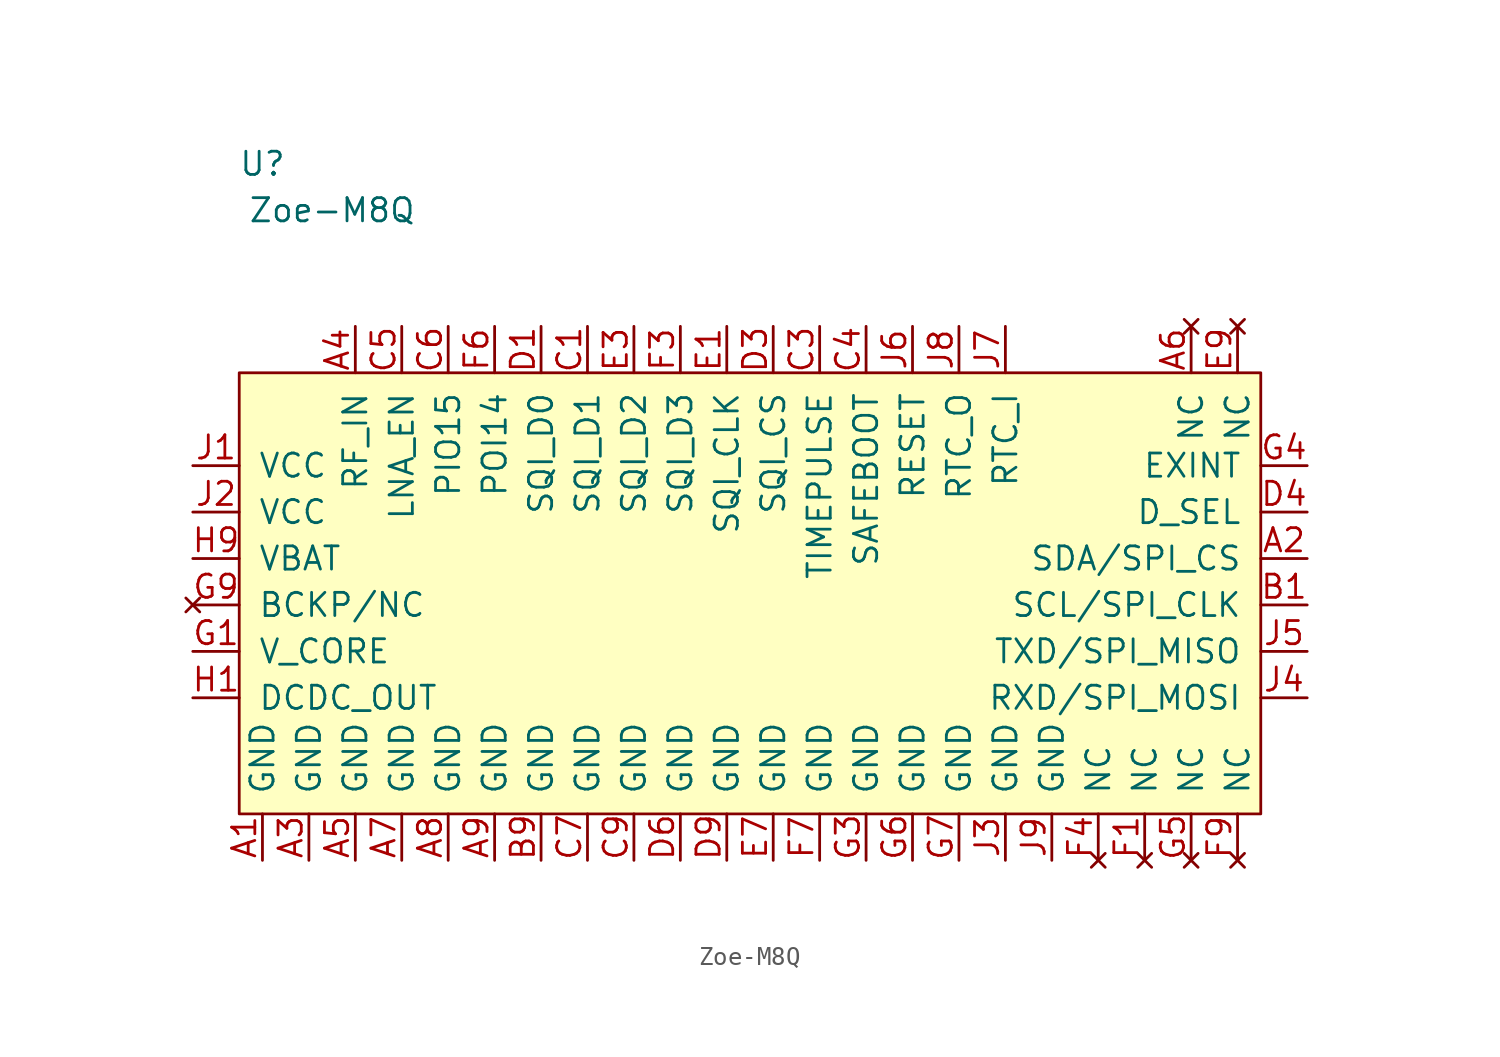
<source format=kicad_sym>
(kicad_symbol_lib
  (version 20211014)
  (generator kicad_symbol_editor)
  (symbol "Zoe-M8Q"
    (pin_names
      (offset 1.016))
    (property "Reference" "U"
      (at 1.27 35.56 0)
      (effects (font (size 1.27 1.27))))
    (property "Value" "Zoe-M8Q"
      (at 5.08 33.02 0)
      (effects (font (size 1.27 1.27))))
    (symbol "Zoe-M8Q_0_1"
      (rectangle (start 0 0) (end 55.88 24.13) (stroke (width 0) (type default) (color 0 0 0 0)) (fill (type background))))
    (symbol "Zoe-M8Q_1_1"
      (pin input line (at 1.27 -2.54 90) (length 2.54) (name "GND" (effects (font (size 1.27 1.27)))) (number "A1" (effects (font (size 1.27 1.27)))))
      (pin input line (at 58.42 13.97 180) (length 2.54) (name "SDA/SPI_CS" (effects (font (size 1.27 1.27)))) (number "A2" (effects (font (size 1.27 1.27)))))
      (pin input line (at 3.81 -2.54 90) (length 2.54) (name "GND" (effects (font (size 1.27 1.27)))) (number "A3" (effects (font (size 1.27 1.27)))))
      (pin input line (at 6.35 26.67 270) (length 2.54) (name "RF_IN" (effects (font (size 1.27 1.27)))) (number "A4" (effects (font (size 1.27 1.27)))))
      (pin input line (at 6.35 -2.54 90) (length 2.54) (name "GND" (effects (font (size 1.27 1.27)))) (number "A5" (effects (font (size 1.27 1.27)))))
      (pin no_connect line (at 52.07 26.67 270) (length 2.54) (name "NC" (effects (font (size 1.27 1.27)))) (number "A6" (effects (font (size 1.27 1.27)))))
      (pin input line (at 8.89 -2.54 90) (length 2.54) (name "GND" (effects (font (size 1.27 1.27)))) (number "A7" (effects (font (size 1.27 1.27)))))
      (pin input line (at 11.43 -2.54 90) (length 2.54) (name "GND" (effects (font (size 1.27 1.27)))) (number "A8" (effects (font (size 1.27 1.27)))))
      (pin input line (at 13.97 -2.54 90) (length 2.54) (name "GND" (effects (font (size 1.27 1.27)))) (number "A9" (effects (font (size 1.27 1.27)))))
      (pin input line (at 58.42 11.43 180) (length 2.54) (name "SCL/SPI_CLK" (effects (font (size 1.27 1.27)))) (number "B1" (effects (font (size 1.27 1.27)))))
      (pin input line (at 16.51 -2.54 90) (length 2.54) (name "GND" (effects (font (size 1.27 1.27)))) (number "B9" (effects (font (size 1.27 1.27)))))
      (pin input line (at 19.05 26.67 270) (length 2.54) (name "SQI_D1" (effects (font (size 1.27 1.27)))) (number "C1" (effects (font (size 1.27 1.27)))))
      (pin input line (at 31.75 26.67 270) (length 2.54) (name "TIMEPULSE" (effects (font (size 1.27 1.27)))) (number "C3" (effects (font (size 1.27 1.27)))))
      (pin input line (at 34.29 26.67 270) (length 2.54) (name "SAFEBOOT" (effects (font (size 1.27 1.27)))) (number "C4" (effects (font (size 1.27 1.27)))))
      (pin input line (at 8.89 26.67 270) (length 2.54) (name "LNA_EN" (effects (font (size 1.27 1.27)))) (number "C5" (effects (font (size 1.27 1.27)))))
      (pin input line (at 11.43 26.67 270) (length 2.54) (name "PIO15" (effects (font (size 1.27 1.27)))) (number "C6" (effects (font (size 1.27 1.27)))))
      (pin input line (at 19.05 -2.54 90) (length 2.54) (name "GND" (effects (font (size 1.27 1.27)))) (number "C7" (effects (font (size 1.27 1.27)))))
      (pin input line (at 21.59 -2.54 90) (length 2.54) (name "GND" (effects (font (size 1.27 1.27)))) (number "C9" (effects (font (size 1.27 1.27)))))
      (pin input line (at 16.51 26.67 270) (length 2.54) (name "SQI_D0" (effects (font (size 1.27 1.27)))) (number "D1" (effects (font (size 1.27 1.27)))))
      (pin input line (at 29.21 26.67 270) (length 2.54) (name "SQI_CS" (effects (font (size 1.27 1.27)))) (number "D3" (effects (font (size 1.27 1.27)))))
      (pin input line (at 58.42 16.51 180) (length 2.54) (name "D_SEL" (effects (font (size 1.27 1.27)))) (number "D4" (effects (font (size 1.27 1.27)))))
      (pin input line (at 24.13 -2.54 90) (length 2.54) (name "GND" (effects (font (size 1.27 1.27)))) (number "D6" (effects (font (size 1.27 1.27)))))
      (pin input line (at 26.67 -2.54 90) (length 2.54) (name "GND" (effects (font (size 1.27 1.27)))) (number "D9" (effects (font (size 1.27 1.27)))))
      (pin input line (at 26.67 26.67 270) (length 2.54) (name "SQI_CLK" (effects (font (size 1.27 1.27)))) (number "E1" (effects (font (size 1.27 1.27)))))
      (pin input line (at 21.59 26.67 270) (length 2.54) (name "SQI_D2" (effects (font (size 1.27 1.27)))) (number "E3" (effects (font (size 1.27 1.27)))))
      (pin input line (at 29.21 -2.54 90) (length 2.54) (name "GND" (effects (font (size 1.27 1.27)))) (number "E7" (effects (font (size 1.27 1.27)))))
      (pin no_connect line (at 54.61 26.67 270) (length 2.54) (name "NC" (effects (font (size 1.27 1.27)))) (number "E9" (effects (font (size 1.27 1.27)))))
      (pin no_connect line (at 49.53 -2.54 90) (length 2.54) (name "NC" (effects (font (size 1.27 1.27)))) (number "F1" (effects (font (size 1.27 1.27)))))
      (pin input line (at 24.13 26.67 270) (length 2.54) (name "SQI_D3" (effects (font (size 1.27 1.27)))) (number "F3" (effects (font (size 1.27 1.27)))))
      (pin no_connect line (at 46.99 -2.54 90) (length 2.54) (name "NC" (effects (font (size 1.27 1.27)))) (number "F4" (effects (font (size 1.27 1.27)))))
      (pin input line (at 13.97 26.67 270) (length 2.54) (name "POI14" (effects (font (size 1.27 1.27)))) (number "F6" (effects (font (size 1.27 1.27)))))
      (pin input line (at 31.75 -2.54 90) (length 2.54) (name "GND" (effects (font (size 1.27 1.27)))) (number "F7" (effects (font (size 1.27 1.27)))))
      (pin no_connect line (at 54.61 -2.54 90) (length 2.54) (name "NC" (effects (font (size 1.27 1.27)))) (number "F9" (effects (font (size 1.27 1.27)))))
      (pin input line (at -2.54 8.89 0) (length 2.54) (name "V_CORE" (effects (font (size 1.27 1.27)))) (number "G1" (effects (font (size 1.27 1.27)))))
      (pin input line (at 34.29 -2.54 90) (length 2.54) (name "GND" (effects (font (size 1.27 1.27)))) (number "G3" (effects (font (size 1.27 1.27)))))
      (pin input line (at 58.42 19.05 180) (length 2.54) (name "EXINT" (effects (font (size 1.27 1.27)))) (number "G4" (effects (font (size 1.27 1.27)))))
      (pin no_connect line (at 52.07 -2.54 90) (length 2.54) (name "NC" (effects (font (size 1.27 1.27)))) (number "G5" (effects (font (size 1.27 1.27)))))
      (pin input line (at 36.83 -2.54 90) (length 2.54) (name "GND" (effects (font (size 1.27 1.27)))) (number "G6" (effects (font (size 1.27 1.27)))))
      (pin input line (at 39.37 -2.54 90) (length 2.54) (name "GND" (effects (font (size 1.27 1.27)))) (number "G7" (effects (font (size 1.27 1.27)))))
      (pin no_connect line (at -2.54 11.43 0) (length 2.54) (name "BCKP/NC" (effects (font (size 1.27 1.27)))) (number "G9" (effects (font (size 1.27 1.27)))))
      (pin input line (at -2.54 6.35 0) (length 2.54) (name "DCDC_OUT" (effects (font (size 1.27 1.27)))) (number "H1" (effects (font (size 1.27 1.27)))))
      (pin input line (at -2.54 13.97 0) (length 2.54) (name "VBAT" (effects (font (size 1.27 1.27)))) (number "H9" (effects (font (size 1.27 1.27)))))
      (pin input line (at -2.54 19.05 0) (length 2.54) (name "VCC" (effects (font (size 1.27 1.27)))) (number "J1" (effects (font (size 1.27 1.27)))))
      (pin input line (at -2.54 16.51 0) (length 2.54) (name "VCC" (effects (font (size 1.27 1.27)))) (number "J2" (effects (font (size 1.27 1.27)))))
      (pin input line (at 41.91 -2.54 90) (length 2.54) (name "GND" (effects (font (size 1.27 1.27)))) (number "J3" (effects (font (size 1.27 1.27)))))
      (pin input line (at 58.42 6.35 180) (length 2.54) (name "RXD/SPI_MOSI" (effects (font (size 1.27 1.27)))) (number "J4" (effects (font (size 1.27 1.27)))))
      (pin input line (at 58.42 8.89 180) (length 2.54) (name "TXD/SPI_MISO" (effects (font (size 1.27 1.27)))) (number "J5" (effects (font (size 1.27 1.27)))))
      (pin input line (at 36.83 26.67 270) (length 2.54) (name "RESET" (effects (font (size 1.27 1.27)))) (number "J6" (effects (font (size 1.27 1.27)))))
      (pin input line (at 41.91 26.67 270) (length 2.54) (name "RTC_I" (effects (font (size 1.27 1.27)))) (number "J7" (effects (font (size 1.27 1.27)))))
      (pin input line (at 39.37 26.67 270) (length 2.54) (name "RTC_O" (effects (font (size 1.27 1.27)))) (number "J8" (effects (font (size 1.27 1.27)))))
      (pin input line (at 44.45 -2.54 90) (length 2.54) (name "GND" (effects (font (size 1.27 1.27)))) (number "J9" (effects (font (size 1.27 1.27))))))))
</source>
